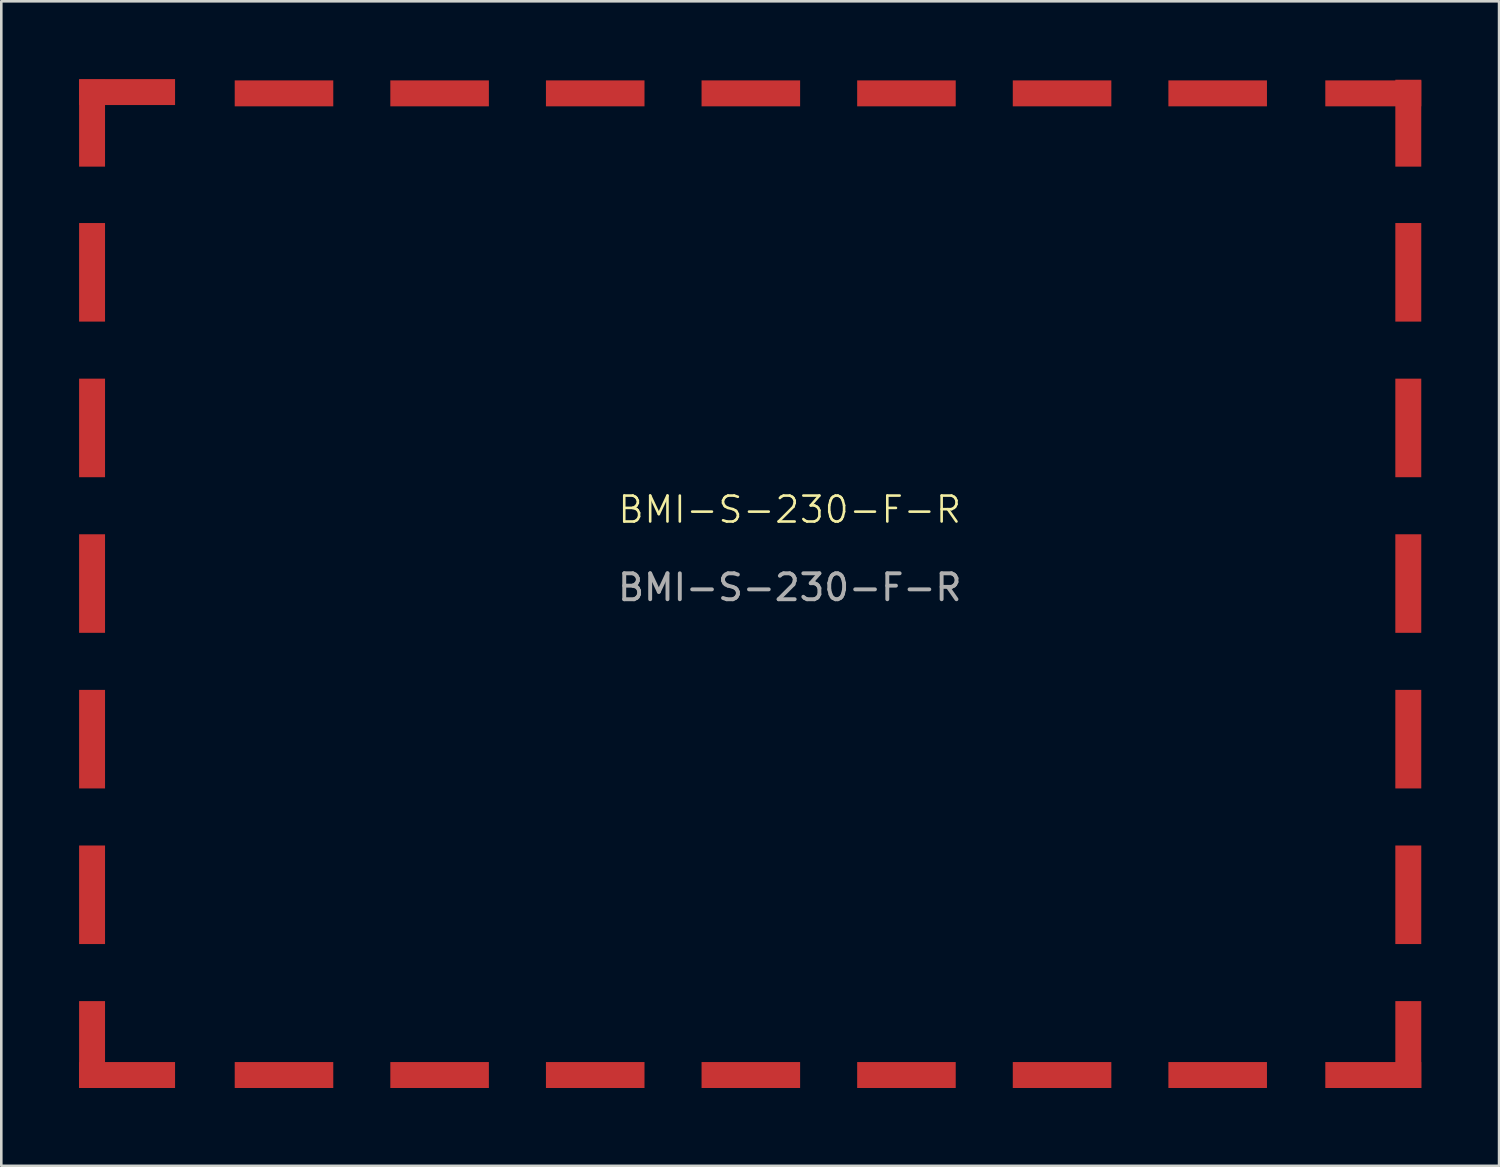
<source format=kicad_pcb>
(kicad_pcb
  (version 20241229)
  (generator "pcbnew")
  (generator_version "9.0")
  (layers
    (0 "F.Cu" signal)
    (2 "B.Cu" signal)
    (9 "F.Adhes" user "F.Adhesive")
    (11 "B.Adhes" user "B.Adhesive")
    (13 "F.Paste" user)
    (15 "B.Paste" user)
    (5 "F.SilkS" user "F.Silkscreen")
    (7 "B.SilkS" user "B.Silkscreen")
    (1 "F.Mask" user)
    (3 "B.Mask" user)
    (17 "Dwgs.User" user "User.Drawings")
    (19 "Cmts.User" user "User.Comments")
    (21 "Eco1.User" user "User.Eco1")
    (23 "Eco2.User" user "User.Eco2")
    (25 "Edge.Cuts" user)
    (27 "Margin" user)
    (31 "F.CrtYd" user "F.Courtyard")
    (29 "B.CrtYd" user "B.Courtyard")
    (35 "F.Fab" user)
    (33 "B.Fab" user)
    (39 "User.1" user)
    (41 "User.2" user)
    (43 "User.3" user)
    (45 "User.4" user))
  (footprint "BMI-S-230-F-R"
    (layer "F.Cu")
    (at 25.95 19.55)
    (property "Reference" "BMI-S-230-F-R" (at 1.45 -2.95 0) (unlocked yes) (layer "F.SilkS") (effects (font (size 1 1) (thickness 0.1))))
    (attr smd)
    (fp_text user "${REFERENCE}" (at 1.45 0.05 0) (unlocked yes) (layer "F.Fab") (effects (font (size 1 1) (thickness 0.15))))
    (pad "1" smd rect (at -25.45 -17.85) (size 1 3.35) (layers "F.Cu" "F.Mask" "F.Paste"))
    (pad "1" smd rect (at -25.45 -12.1) (size 1 3.8) (layers "F.Cu" "F.Mask" "F.Paste"))
    (pad "1" smd rect (at -25.45 -6.1) (size 1 3.8) (layers "F.Cu" "F.Mask" "F.Paste"))
    (pad "1" smd rect (at -25.45 -0.1) (size 1 3.8) (layers "F.Cu" "F.Mask" "F.Paste"))
    (pad "1" smd rect (at -25.45 5.9) (size 1 3.8) (layers "F.Cu" "F.Mask" "F.Paste"))
    (pad "1" smd rect (at -25.45 11.9) (size 1 3.8) (layers "F.Cu" "F.Mask" "F.Paste"))
    (pad "1" smd rect (at -25.45 17.675) (size 1 3.35) (layers "F.Cu" "F.Mask" "F.Paste"))
    (pad "1" smd rect (at -24.1 -19.05) (size 3.7 1) (layers "F.Cu" "F.Mask" "F.Paste"))
    (pad "1" smd rect (at -24.1 18.85) (size 3.7 1) (layers "F.Cu" "F.Mask" "F.Paste"))
    (pad "1" smd rect (at -18.05 -19) (size 3.8 1) (layers "F.Cu" "F.Mask" "F.Paste"))
    (pad "1" smd rect (at -18.05 18.85) (size 3.8 1) (layers "F.Cu" "F.Mask" "F.Paste"))
    (pad "1" smd rect (at -12.05 -19) (size 3.8 1) (layers "F.Cu" "F.Mask" "F.Paste"))
    (pad "1" smd rect (at -12.05 18.85) (size 3.8 1) (layers "F.Cu" "F.Mask" "F.Paste"))
    (pad "1" smd rect (at -6.05 -19) (size 3.8 1) (layers "F.Cu" "F.Mask" "F.Paste"))
    (pad "1" smd rect (at -6.05 18.85) (size 3.8 1) (layers "F.Cu" "F.Mask" "F.Paste"))
    (pad "1" smd rect (at -0.05 -19) (size 3.8 1) (layers "F.Cu" "F.Mask" "F.Paste"))
    (pad "1" smd rect (at -0.05 18.85) (size 3.8 1) (layers "F.Cu" "F.Mask" "F.Paste"))
    (pad "1" smd rect (at 5.95 -19) (size 3.8 1) (layers "F.Cu" "F.Mask" "F.Paste"))
    (pad "1" smd rect (at 5.95 18.85) (size 3.8 1) (layers "F.Cu" "F.Mask" "F.Paste"))
    (pad "1" smd rect (at 11.95 -19) (size 3.8 1) (layers "F.Cu" "F.Mask" "F.Paste"))
    (pad "1" smd rect (at 11.95 18.85) (size 3.8 1) (layers "F.Cu" "F.Mask" "F.Paste"))
    (pad "1" smd rect (at 17.95 -19) (size 3.8 1) (layers "F.Cu" "F.Mask" "F.Paste"))
    (pad "1" smd rect (at 17.95 18.85) (size 3.8 1) (layers "F.Cu" "F.Mask" "F.Paste"))
    (pad "1" smd rect (at 23.95 -19) (size 3.7 1) (layers "F.Cu" "F.Mask" "F.Paste"))
    (pad "1" smd rect (at 23.95 18.85) (size 3.7 1) (layers "F.Cu" "F.Mask" "F.Paste"))
    (pad "1" smd rect (at 25.3 -17.85) (size 1 3.35) (layers "F.Cu" "F.Mask" "F.Paste"))
    (pad "1" smd rect (at 25.3 -12.1) (size 1 3.8) (layers "F.Cu" "F.Mask" "F.Paste"))
    (pad "1" smd rect (at 25.3 -6.1) (size 1 3.8) (layers "F.Cu" "F.Mask" "F.Paste"))
    (pad "1" smd rect (at 25.3 -0.1) (size 1 3.8) (layers "F.Cu" "F.Mask" "F.Paste"))
    (pad "1" smd rect (at 25.3 5.9) (size 1 3.8) (layers "F.Cu" "F.Mask" "F.Paste"))
    (pad "1" smd rect (at 25.3 11.9) (size 1 3.8) (layers "F.Cu" "F.Mask" "F.Paste"))
    (pad "1" smd rect (at 25.3 17.675) (size 1 3.35) (layers "F.Cu" "F.Mask" "F.Paste")))
  (gr_rect
    (start -3 -3)
    (end 54.75 41.9)
    (stroke (width 0.1) (type default))
    (fill no)
    (layer "Edge.Cuts")))
</source>
